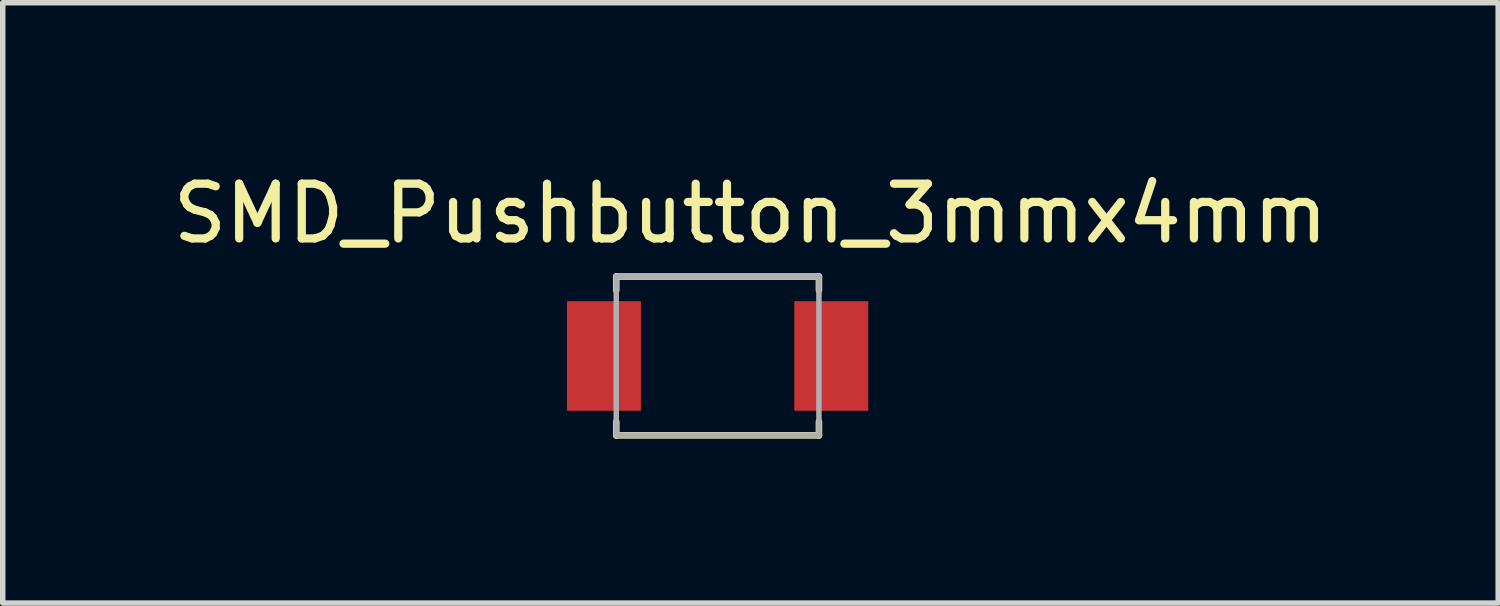
<source format=kicad_pcb>
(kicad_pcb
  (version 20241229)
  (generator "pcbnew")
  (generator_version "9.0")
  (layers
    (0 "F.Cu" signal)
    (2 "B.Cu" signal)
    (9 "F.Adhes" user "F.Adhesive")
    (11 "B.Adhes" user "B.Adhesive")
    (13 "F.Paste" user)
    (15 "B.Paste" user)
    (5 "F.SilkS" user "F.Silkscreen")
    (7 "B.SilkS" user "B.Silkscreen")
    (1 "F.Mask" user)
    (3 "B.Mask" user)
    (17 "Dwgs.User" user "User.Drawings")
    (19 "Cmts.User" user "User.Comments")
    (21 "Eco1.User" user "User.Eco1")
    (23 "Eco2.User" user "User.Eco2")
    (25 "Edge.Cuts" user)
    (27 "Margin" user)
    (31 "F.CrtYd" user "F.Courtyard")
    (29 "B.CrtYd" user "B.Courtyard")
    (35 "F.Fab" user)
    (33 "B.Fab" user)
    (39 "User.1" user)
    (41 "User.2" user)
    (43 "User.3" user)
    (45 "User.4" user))
  (footprint "SMD_Pushbutton_3mmx4mm"
    (layer "F.Cu")
    (at 10.049 3.448)
    (property "Reference" "SMD_Pushbutton_3mmx4mm" (at 0.6 -2.6 0) (layer "F.SilkS") (effects (font (size 1 1) (thickness 0.15))))
    (attr through_hole)
    (fp_line (start -1.85 -1.45) (end 1.85 -1.45) (stroke (width 0.12) (type solid)) (layer "F.SilkS"))
    (fp_line (start -1.85 -1.2) (end -1.85 -1.45) (stroke (width 0.12) (type solid)) (layer "F.SilkS"))
    (fp_line (start -1.85 1.2) (end -1.85 1.45) (stroke (width 0.12) (type solid)) (layer "F.SilkS"))
    (fp_line (start -1.85 1.45) (end 1.85 1.45) (stroke (width 0.12) (type solid)) (layer "F.SilkS"))
    (fp_line (start 1.85 -1.45) (end 1.85 -1.2) (stroke (width 0.12) (type solid)) (layer "F.SilkS"))
    (fp_line (start 1.85 1.45) (end 1.85 1.2) (stroke (width 0.12) (type solid)) (layer "F.SilkS"))
    (fp_line (start -1.85 -1.45) (end -1.85 1.45) (stroke (width 0.1) (type solid)) (layer "F.Fab"))
    (fp_line (start -1.85 1.45) (end 1.85 1.45) (stroke (width 0.1) (type solid)) (layer "F.Fab"))
    (fp_line (start 1.85 -1.45) (end -1.85 -1.45) (stroke (width 0.1) (type solid)) (layer "F.Fab"))
    (fp_line (start 1.85 -1.45) (end 1.85 1.45) (stroke (width 0.1) (type solid)) (layer "F.Fab"))
    (pad "1" smd rect (at -2.075 0) (size 1.35 2) (layers "F.Cu" "F.Mask" "F.Paste"))
    (pad "2" smd rect (at 2.075 0) (size 1.35 2) (layers "F.Cu" "F.Mask" "F.Paste")))
  (gr_rect
    (start -3 -3)
    (end 24.298 7.958)
    (stroke (width 0.1) (type default))
    (fill no)
    (layer "Edge.Cuts")))
</source>
